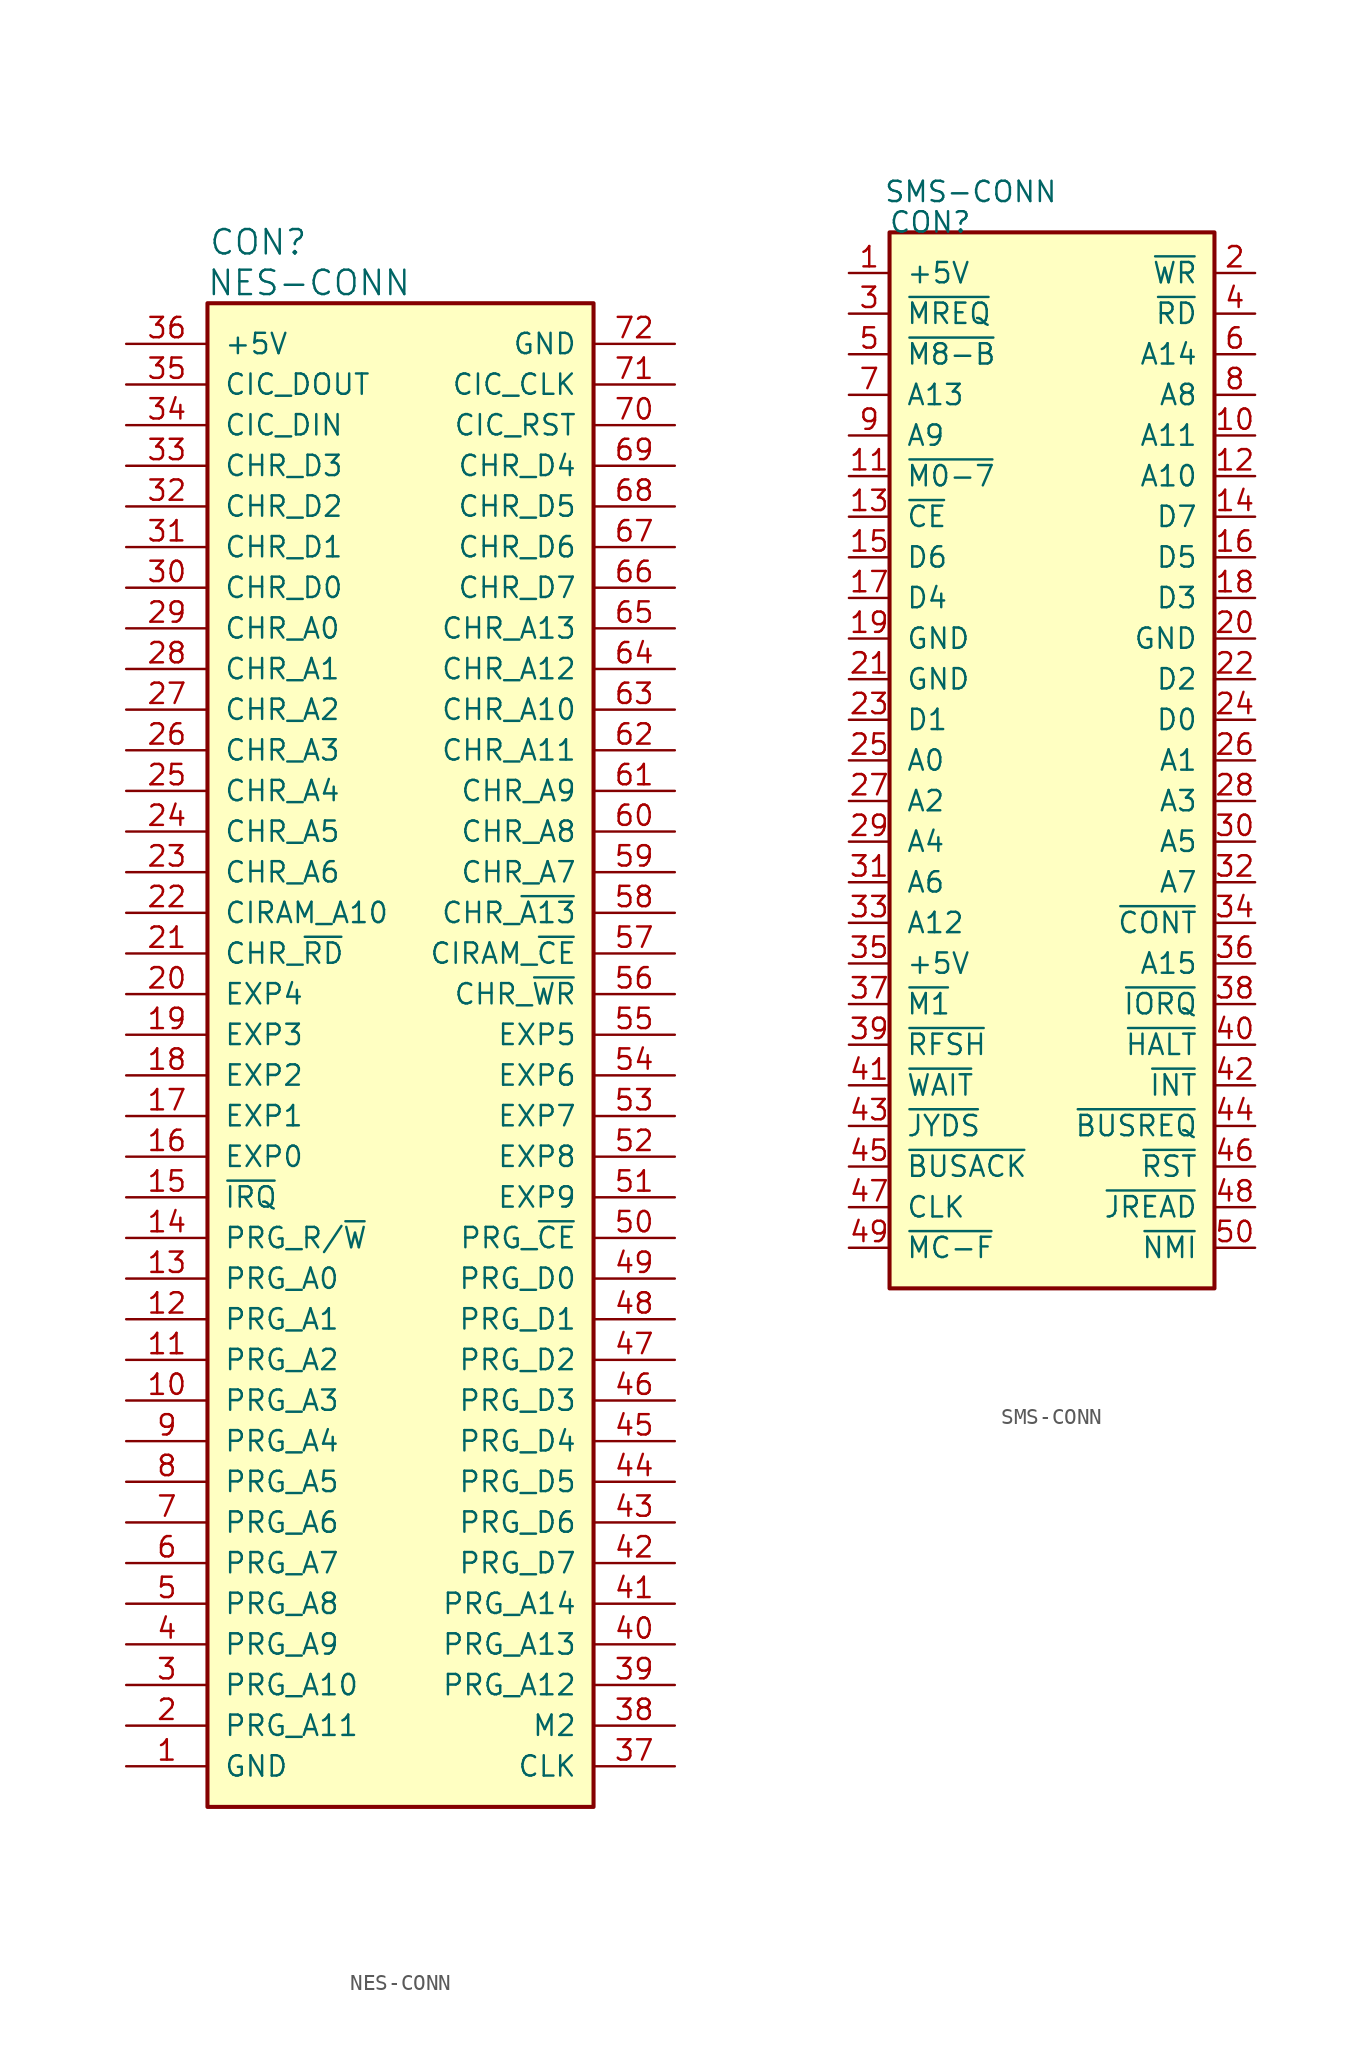
<source format=kicad_sym>
(kicad_symbol_lib
  (version 20220914)
  (generator kicad_symbol_editor)
  (symbol "NES-CONN"
    (pin_names
      (offset 1.016))
    (property "Reference" "CON"
      (at 3.175 3.81 0)
      (effects (font (size 1.524 1.524))))
    (property "Value" "NES-CONN"
      (at 6.35 1.27 0)
      (effects (font (size 1.524 1.524))))
    (symbol "NES-CONN_0_1"
      (rectangle (start 0 0) (end 24.13 -93.98) (stroke (width 0.254) (type default)) (fill (type background))))
    (symbol "NES-CONN_1_1"
      (pin power_in line (at -5.08 -91.44 0) (length 5.08) (name "GND" (effects (font (size 1.27 1.27)))) (number "1" (effects (font (size 1.27 1.27)))))
      (pin passive line (at -5.08 -68.58 0) (length 5.08) (name "PRG_A3" (effects (font (size 1.27 1.27)))) (number "10" (effects (font (size 1.27 1.27)))))
      (pin passive line (at -5.08 -66.04 0) (length 5.08) (name "PRG_A2" (effects (font (size 1.27 1.27)))) (number "11" (effects (font (size 1.27 1.27)))))
      (pin passive line (at -5.08 -63.5 0) (length 5.08) (name "PRG_A1" (effects (font (size 1.27 1.27)))) (number "12" (effects (font (size 1.27 1.27)))))
      (pin passive line (at -5.08 -60.96 0) (length 5.08) (name "PRG_A0" (effects (font (size 1.27 1.27)))) (number "13" (effects (font (size 1.27 1.27)))))
      (pin passive line (at -5.08 -58.42 0) (length 5.08) (name "PRG_R/~{W}" (effects (font (size 1.27 1.27)))) (number "14" (effects (font (size 1.27 1.27)))))
      (pin passive line (at -5.08 -55.88 0) (length 5.08) (name "~{IRQ}" (effects (font (size 1.27 1.27)))) (number "15" (effects (font (size 1.27 1.27)))))
      (pin passive line (at -5.08 -53.34 0) (length 5.08) (name "EXP0" (effects (font (size 1.27 1.27)))) (number "16" (effects (font (size 1.27 1.27)))))
      (pin passive line (at -5.08 -50.8 0) (length 5.08) (name "EXP1" (effects (font (size 1.27 1.27)))) (number "17" (effects (font (size 1.27 1.27)))))
      (pin passive line (at -5.08 -48.26 0) (length 5.08) (name "EXP2" (effects (font (size 1.27 1.27)))) (number "18" (effects (font (size 1.27 1.27)))))
      (pin passive line (at -5.08 -45.72 0) (length 5.08) (name "EXP3" (effects (font (size 1.27 1.27)))) (number "19" (effects (font (size 1.27 1.27)))))
      (pin passive line (at -5.08 -88.9 0) (length 5.08) (name "PRG_A11" (effects (font (size 1.27 1.27)))) (number "2" (effects (font (size 1.27 1.27)))))
      (pin passive line (at -5.08 -43.18 0) (length 5.08) (name "EXP4" (effects (font (size 1.27 1.27)))) (number "20" (effects (font (size 1.27 1.27)))))
      (pin passive line (at -5.08 -40.64 0) (length 5.08) (name "CHR_~{RD}" (effects (font (size 1.27 1.27)))) (number "21" (effects (font (size 1.27 1.27)))))
      (pin passive line (at -5.08 -38.1 0) (length 5.08) (name "CIRAM_A10" (effects (font (size 1.27 1.27)))) (number "22" (effects (font (size 1.27 1.27)))))
      (pin passive line (at -5.08 -35.56 0) (length 5.08) (name "CHR_A6" (effects (font (size 1.27 1.27)))) (number "23" (effects (font (size 1.27 1.27)))))
      (pin passive line (at -5.08 -33.02 0) (length 5.08) (name "CHR_A5" (effects (font (size 1.27 1.27)))) (number "24" (effects (font (size 1.27 1.27)))))
      (pin passive line (at -5.08 -30.48 0) (length 5.08) (name "CHR_A4" (effects (font (size 1.27 1.27)))) (number "25" (effects (font (size 1.27 1.27)))))
      (pin passive line (at -5.08 -27.94 0) (length 5.08) (name "CHR_A3" (effects (font (size 1.27 1.27)))) (number "26" (effects (font (size 1.27 1.27)))))
      (pin passive line (at -5.08 -25.4 0) (length 5.08) (name "CHR_A2" (effects (font (size 1.27 1.27)))) (number "27" (effects (font (size 1.27 1.27)))))
      (pin passive line (at -5.08 -22.86 0) (length 5.08) (name "CHR_A1" (effects (font (size 1.27 1.27)))) (number "28" (effects (font (size 1.27 1.27)))))
      (pin passive line (at -5.08 -20.32 0) (length 5.08) (name "CHR_A0" (effects (font (size 1.27 1.27)))) (number "29" (effects (font (size 1.27 1.27)))))
      (pin passive line (at -5.08 -86.36 0) (length 5.08) (name "PRG_A10" (effects (font (size 1.27 1.27)))) (number "3" (effects (font (size 1.27 1.27)))))
      (pin passive line (at -5.08 -17.78 0) (length 5.08) (name "CHR_D0" (effects (font (size 1.27 1.27)))) (number "30" (effects (font (size 1.27 1.27)))))
      (pin passive line (at -5.08 -15.24 0) (length 5.08) (name "CHR_D1" (effects (font (size 1.27 1.27)))) (number "31" (effects (font (size 1.27 1.27)))))
      (pin passive line (at -5.08 -12.7 0) (length 5.08) (name "CHR_D2" (effects (font (size 1.27 1.27)))) (number "32" (effects (font (size 1.27 1.27)))))
      (pin passive line (at -5.08 -10.16 0) (length 5.08) (name "CHR_D3" (effects (font (size 1.27 1.27)))) (number "33" (effects (font (size 1.27 1.27)))))
      (pin passive line (at -5.08 -7.62 0) (length 5.08) (name "CIC_DIN" (effects (font (size 1.27 1.27)))) (number "34" (effects (font (size 1.27 1.27)))))
      (pin passive line (at -5.08 -5.08 0) (length 5.08) (name "CIC_DOUT" (effects (font (size 1.27 1.27)))) (number "35" (effects (font (size 1.27 1.27)))))
      (pin passive line (at -5.08 -2.54 0) (length 5.08) (name "+5V" (effects (font (size 1.27 1.27)))) (number "36" (effects (font (size 1.27 1.27)))))
      (pin passive line (at 29.21 -91.44 180) (length 5.08) (name "CLK" (effects (font (size 1.27 1.27)))) (number "37" (effects (font (size 1.27 1.27)))))
      (pin passive line (at 29.21 -88.9 180) (length 5.08) (name "M2" (effects (font (size 1.27 1.27)))) (number "38" (effects (font (size 1.27 1.27)))))
      (pin passive line (at 29.21 -86.36 180) (length 5.08) (name "PRG_A12" (effects (font (size 1.27 1.27)))) (number "39" (effects (font (size 1.27 1.27)))))
      (pin passive line (at -5.08 -83.82 0) (length 5.08) (name "PRG_A9" (effects (font (size 1.27 1.27)))) (number "4" (effects (font (size 1.27 1.27)))))
      (pin passive line (at 29.21 -83.82 180) (length 5.08) (name "PRG_A13" (effects (font (size 1.27 1.27)))) (number "40" (effects (font (size 1.27 1.27)))))
      (pin passive line (at 29.21 -81.28 180) (length 5.08) (name "PRG_A14" (effects (font (size 1.27 1.27)))) (number "41" (effects (font (size 1.27 1.27)))))
      (pin passive line (at 29.21 -78.74 180) (length 5.08) (name "PRG_D7" (effects (font (size 1.27 1.27)))) (number "42" (effects (font (size 1.27 1.27)))))
      (pin passive line (at 29.21 -76.2 180) (length 5.08) (name "PRG_D6" (effects (font (size 1.27 1.27)))) (number "43" (effects (font (size 1.27 1.27)))))
      (pin passive line (at 29.21 -73.66 180) (length 5.08) (name "PRG_D5" (effects (font (size 1.27 1.27)))) (number "44" (effects (font (size 1.27 1.27)))))
      (pin passive line (at 29.21 -71.12 180) (length 5.08) (name "PRG_D4" (effects (font (size 1.27 1.27)))) (number "45" (effects (font (size 1.27 1.27)))))
      (pin passive line (at 29.21 -68.58 180) (length 5.08) (name "PRG_D3" (effects (font (size 1.27 1.27)))) (number "46" (effects (font (size 1.27 1.27)))))
      (pin passive line (at 29.21 -66.04 180) (length 5.08) (name "PRG_D2" (effects (font (size 1.27 1.27)))) (number "47" (effects (font (size 1.27 1.27)))))
      (pin passive line (at 29.21 -63.5 180) (length 5.08) (name "PRG_D1" (effects (font (size 1.27 1.27)))) (number "48" (effects (font (size 1.27 1.27)))))
      (pin passive line (at 29.21 -60.96 180) (length 5.08) (name "PRG_D0" (effects (font (size 1.27 1.27)))) (number "49" (effects (font (size 1.27 1.27)))))
      (pin passive line (at -5.08 -81.28 0) (length 5.08) (name "PRG_A8" (effects (font (size 1.27 1.27)))) (number "5" (effects (font (size 1.27 1.27)))))
      (pin passive line (at 29.21 -58.42 180) (length 5.08) (name "PRG_~{CE}" (effects (font (size 1.27 1.27)))) (number "50" (effects (font (size 1.27 1.27)))))
      (pin passive line (at 29.21 -55.88 180) (length 5.08) (name "EXP9" (effects (font (size 1.27 1.27)))) (number "51" (effects (font (size 1.27 1.27)))))
      (pin passive line (at 29.21 -53.34 180) (length 5.08) (name "EXP8" (effects (font (size 1.27 1.27)))) (number "52" (effects (font (size 1.27 1.27)))))
      (pin passive line (at 29.21 -50.8 180) (length 5.08) (name "EXP7" (effects (font (size 1.27 1.27)))) (number "53" (effects (font (size 1.27 1.27)))))
      (pin passive line (at 29.21 -48.26 180) (length 5.08) (name "EXP6" (effects (font (size 1.27 1.27)))) (number "54" (effects (font (size 1.27 1.27)))))
      (pin passive line (at 29.21 -45.72 180) (length 5.08) (name "EXP5" (effects (font (size 1.27 1.27)))) (number "55" (effects (font (size 1.27 1.27)))))
      (pin passive line (at 29.21 -43.18 180) (length 5.08) (name "CHR_~{WR}" (effects (font (size 1.27 1.27)))) (number "56" (effects (font (size 1.27 1.27)))))
      (pin passive line (at 29.21 -40.64 180) (length 5.08) (name "CIRAM_~{CE}" (effects (font (size 1.27 1.27)))) (number "57" (effects (font (size 1.27 1.27)))))
      (pin passive line (at 29.21 -38.1 180) (length 5.08) (name "CHR_~{A13}" (effects (font (size 1.27 1.27)))) (number "58" (effects (font (size 1.27 1.27)))))
      (pin passive line (at 29.21 -35.56 180) (length 5.08) (name "CHR_A7" (effects (font (size 1.27 1.27)))) (number "59" (effects (font (size 1.27 1.27)))))
      (pin passive line (at -5.08 -78.74 0) (length 5.08) (name "PRG_A7" (effects (font (size 1.27 1.27)))) (number "6" (effects (font (size 1.27 1.27)))))
      (pin passive line (at 29.21 -33.02 180) (length 5.08) (name "CHR_A8" (effects (font (size 1.27 1.27)))) (number "60" (effects (font (size 1.27 1.27)))))
      (pin passive line (at 29.21 -30.48 180) (length 5.08) (name "CHR_A9" (effects (font (size 1.27 1.27)))) (number "61" (effects (font (size 1.27 1.27)))))
      (pin passive line (at 29.21 -27.94 180) (length 5.08) (name "CHR_A11" (effects (font (size 1.27 1.27)))) (number "62" (effects (font (size 1.27 1.27)))))
      (pin passive line (at 29.21 -25.4 180) (length 5.08) (name "CHR_A10" (effects (font (size 1.27 1.27)))) (number "63" (effects (font (size 1.27 1.27)))))
      (pin passive line (at 29.21 -22.86 180) (length 5.08) (name "CHR_A12" (effects (font (size 1.27 1.27)))) (number "64" (effects (font (size 1.27 1.27)))))
      (pin passive line (at 29.21 -20.32 180) (length 5.08) (name "CHR_A13" (effects (font (size 1.27 1.27)))) (number "65" (effects (font (size 1.27 1.27)))))
      (pin passive line (at 29.21 -17.78 180) (length 5.08) (name "CHR_D7" (effects (font (size 1.27 1.27)))) (number "66" (effects (font (size 1.27 1.27)))))
      (pin passive line (at 29.21 -15.24 180) (length 5.08) (name "CHR_D6" (effects (font (size 1.27 1.27)))) (number "67" (effects (font (size 1.27 1.27)))))
      (pin passive line (at 29.21 -12.7 180) (length 5.08) (name "CHR_D5" (effects (font (size 1.27 1.27)))) (number "68" (effects (font (size 1.27 1.27)))))
      (pin passive line (at 29.21 -10.16 180) (length 5.08) (name "CHR_D4" (effects (font (size 1.27 1.27)))) (number "69" (effects (font (size 1.27 1.27)))))
      (pin passive line (at -5.08 -76.2 0) (length 5.08) (name "PRG_A6" (effects (font (size 1.27 1.27)))) (number "7" (effects (font (size 1.27 1.27)))))
      (pin passive line (at 29.21 -7.62 180) (length 5.08) (name "CIC_RST" (effects (font (size 1.27 1.27)))) (number "70" (effects (font (size 1.27 1.27)))))
      (pin passive line (at 29.21 -5.08 180) (length 5.08) (name "CIC_CLK" (effects (font (size 1.27 1.27)))) (number "71" (effects (font (size 1.27 1.27)))))
      (pin passive line (at 29.21 -2.54 180) (length 5.08) (name "GND" (effects (font (size 1.27 1.27)))) (number "72" (effects (font (size 1.27 1.27)))))
      (pin passive line (at -5.08 -73.66 0) (length 5.08) (name "PRG_A5" (effects (font (size 1.27 1.27)))) (number "8" (effects (font (size 1.27 1.27)))))
      (pin passive line (at -5.08 -71.12 0) (length 5.08) (name "PRG_A4" (effects (font (size 1.27 1.27)))) (number "9" (effects (font (size 1.27 1.27)))))))
  (symbol "SMS-CONN"
    (pin_names
      (offset 1.016))
    (property "Reference" "CON"
      (at 2.54 0.635 0)
      (effects (font (size 1.27 1.27))))
    (property "Value" "SMS-CONN"
      (at 5.08 2.54 0)
      (effects (font (size 1.27 1.27))))
    (symbol "SMS-CONN_0_1"
      (rectangle (start 0 0) (end 20.32 -66.04) (stroke (width 0.254) (type default)) (fill (type background))))
    (symbol "SMS-CONN_1_1"
      (pin power_in line (at -2.54 -2.54 0) (length 2.54) (name "+5V" (effects (font (size 1.27 1.27)))) (number "1" (effects (font (size 1.27 1.27)))))
      (pin input line (at 22.86 -12.7 180) (length 2.54) (name "A11" (effects (font (size 1.27 1.27)))) (number "10" (effects (font (size 1.27 1.27)))))
      (pin input line (at -2.54 -15.24 0) (length 2.54) (name "~{M0-7}" (effects (font (size 1.27 1.27)))) (number "11" (effects (font (size 1.27 1.27)))))
      (pin input line (at 22.86 -15.24 180) (length 2.54) (name "A10" (effects (font (size 1.27 1.27)))) (number "12" (effects (font (size 1.27 1.27)))))
      (pin input line (at -2.54 -17.78 0) (length 2.54) (name "~{CE}" (effects (font (size 1.27 1.27)))) (number "13" (effects (font (size 1.27 1.27)))))
      (pin input line (at 22.86 -17.78 180) (length 2.54) (name "D7" (effects (font (size 1.27 1.27)))) (number "14" (effects (font (size 1.27 1.27)))))
      (pin input line (at -2.54 -20.32 0) (length 2.54) (name "D6" (effects (font (size 1.27 1.27)))) (number "15" (effects (font (size 1.27 1.27)))))
      (pin input line (at 22.86 -20.32 180) (length 2.54) (name "D5" (effects (font (size 1.27 1.27)))) (number "16" (effects (font (size 1.27 1.27)))))
      (pin input line (at -2.54 -22.86 0) (length 2.54) (name "D4" (effects (font (size 1.27 1.27)))) (number "17" (effects (font (size 1.27 1.27)))))
      (pin input line (at 22.86 -22.86 180) (length 2.54) (name "D3" (effects (font (size 1.27 1.27)))) (number "18" (effects (font (size 1.27 1.27)))))
      (pin power_in line (at -2.54 -25.4 0) (length 2.54) (name "GND" (effects (font (size 1.27 1.27)))) (number "19" (effects (font (size 1.27 1.27)))))
      (pin input line (at 22.86 -2.54 180) (length 2.54) (name "~{WR}" (effects (font (size 1.27 1.27)))) (number "2" (effects (font (size 1.27 1.27)))))
      (pin power_in line (at 22.86 -25.4 180) (length 2.54) (name "GND" (effects (font (size 1.27 1.27)))) (number "20" (effects (font (size 1.27 1.27)))))
      (pin power_in line (at -2.54 -27.94 0) (length 2.54) (name "GND" (effects (font (size 1.27 1.27)))) (number "21" (effects (font (size 1.27 1.27)))))
      (pin input line (at 22.86 -27.94 180) (length 2.54) (name "D2" (effects (font (size 1.27 1.27)))) (number "22" (effects (font (size 1.27 1.27)))))
      (pin input line (at -2.54 -30.48 0) (length 2.54) (name "D1" (effects (font (size 1.27 1.27)))) (number "23" (effects (font (size 1.27 1.27)))))
      (pin input line (at 22.86 -30.48 180) (length 2.54) (name "D0" (effects (font (size 1.27 1.27)))) (number "24" (effects (font (size 1.27 1.27)))))
      (pin input line (at -2.54 -33.02 0) (length 2.54) (name "A0" (effects (font (size 1.27 1.27)))) (number "25" (effects (font (size 1.27 1.27)))))
      (pin input line (at 22.86 -33.02 180) (length 2.54) (name "A1" (effects (font (size 1.27 1.27)))) (number "26" (effects (font (size 1.27 1.27)))))
      (pin input line (at -2.54 -35.56 0) (length 2.54) (name "A2" (effects (font (size 1.27 1.27)))) (number "27" (effects (font (size 1.27 1.27)))))
      (pin input line (at 22.86 -35.56 180) (length 2.54) (name "A3" (effects (font (size 1.27 1.27)))) (number "28" (effects (font (size 1.27 1.27)))))
      (pin input line (at -2.54 -38.1 0) (length 2.54) (name "A4" (effects (font (size 1.27 1.27)))) (number "29" (effects (font (size 1.27 1.27)))))
      (pin input line (at -2.54 -5.08 0) (length 2.54) (name "~{MREQ}" (effects (font (size 1.27 1.27)))) (number "3" (effects (font (size 1.27 1.27)))))
      (pin input line (at 22.86 -38.1 180) (length 2.54) (name "A5" (effects (font (size 1.27 1.27)))) (number "30" (effects (font (size 1.27 1.27)))))
      (pin input line (at -2.54 -40.64 0) (length 2.54) (name "A6" (effects (font (size 1.27 1.27)))) (number "31" (effects (font (size 1.27 1.27)))))
      (pin input line (at 22.86 -40.64 180) (length 2.54) (name "A7" (effects (font (size 1.27 1.27)))) (number "32" (effects (font (size 1.27 1.27)))))
      (pin input line (at -2.54 -43.18 0) (length 2.54) (name "A12" (effects (font (size 1.27 1.27)))) (number "33" (effects (font (size 1.27 1.27)))))
      (pin passive line (at 22.86 -43.18 180) (length 2.54) (name "~{CONT}" (effects (font (size 1.27 1.27)))) (number "34" (effects (font (size 1.27 1.27)))))
      (pin power_in line (at -2.54 -45.72 0) (length 2.54) (name "+5V" (effects (font (size 1.27 1.27)))) (number "35" (effects (font (size 1.27 1.27)))))
      (pin input line (at 22.86 -45.72 180) (length 2.54) (name "A15" (effects (font (size 1.27 1.27)))) (number "36" (effects (font (size 1.27 1.27)))))
      (pin input line (at -2.54 -48.26 0) (length 2.54) (name "~{M1}" (effects (font (size 1.27 1.27)))) (number "37" (effects (font (size 1.27 1.27)))))
      (pin input line (at 22.86 -48.26 180) (length 2.54) (name "~{IORQ}" (effects (font (size 1.27 1.27)))) (number "38" (effects (font (size 1.27 1.27)))))
      (pin input line (at -2.54 -50.8 0) (length 2.54) (name "~{RFSH}" (effects (font (size 1.27 1.27)))) (number "39" (effects (font (size 1.27 1.27)))))
      (pin input line (at 22.86 -5.08 180) (length 2.54) (name "~{RD}" (effects (font (size 1.27 1.27)))) (number "4" (effects (font (size 1.27 1.27)))))
      (pin passive line (at 22.86 -50.8 180) (length 2.54) (name "~{HALT}" (effects (font (size 1.27 1.27)))) (number "40" (effects (font (size 1.27 1.27)))))
      (pin input line (at -2.54 -53.34 0) (length 2.54) (name "~{WAIT}" (effects (font (size 1.27 1.27)))) (number "41" (effects (font (size 1.27 1.27)))))
      (pin passive line (at 22.86 -53.34 180) (length 2.54) (name "~{INT}" (effects (font (size 1.27 1.27)))) (number "42" (effects (font (size 1.27 1.27)))))
      (pin input line (at -2.54 -55.88 0) (length 2.54) (name "~{JYDS}" (effects (font (size 1.27 1.27)))) (number "43" (effects (font (size 1.27 1.27)))))
      (pin passive line (at 22.86 -55.88 180) (length 2.54) (name "~{BUSREQ}" (effects (font (size 1.27 1.27)))) (number "44" (effects (font (size 1.27 1.27)))))
      (pin input line (at -2.54 -58.42 0) (length 2.54) (name "~{BUSACK}" (effects (font (size 1.27 1.27)))) (number "45" (effects (font (size 1.27 1.27)))))
      (pin passive line (at 22.86 -58.42 180) (length 2.54) (name "~{RST}" (effects (font (size 1.27 1.27)))) (number "46" (effects (font (size 1.27 1.27)))))
      (pin input line (at -2.54 -60.96 0) (length 2.54) (name "CLK" (effects (font (size 1.27 1.27)))) (number "47" (effects (font (size 1.27 1.27)))))
      (pin passive line (at 22.86 -60.96 180) (length 2.54) (name "~{JREAD}" (effects (font (size 1.27 1.27)))) (number "48" (effects (font (size 1.27 1.27)))))
      (pin input line (at -2.54 -63.5 0) (length 2.54) (name "~{MC-F}" (effects (font (size 1.27 1.27)))) (number "49" (effects (font (size 1.27 1.27)))))
      (pin input line (at -2.54 -7.62 0) (length 2.54) (name "~{M8-B}" (effects (font (size 1.27 1.27)))) (number "5" (effects (font (size 1.27 1.27)))))
      (pin passive line (at 22.86 -63.5 180) (length 2.54) (name "~{NMI}" (effects (font (size 1.27 1.27)))) (number "50" (effects (font (size 1.27 1.27)))))
      (pin input line (at 22.86 -7.62 180) (length 2.54) (name "A14" (effects (font (size 1.27 1.27)))) (number "6" (effects (font (size 1.27 1.27)))))
      (pin input line (at -2.54 -10.16 0) (length 2.54) (name "A13" (effects (font (size 1.27 1.27)))) (number "7" (effects (font (size 1.27 1.27)))))
      (pin input line (at 22.86 -10.16 180) (length 2.54) (name "A8" (effects (font (size 1.27 1.27)))) (number "8" (effects (font (size 1.27 1.27)))))
      (pin input line (at -2.54 -12.7 0) (length 2.54) (name "A9" (effects (font (size 1.27 1.27)))) (number "9" (effects (font (size 1.27 1.27))))))))
</source>
